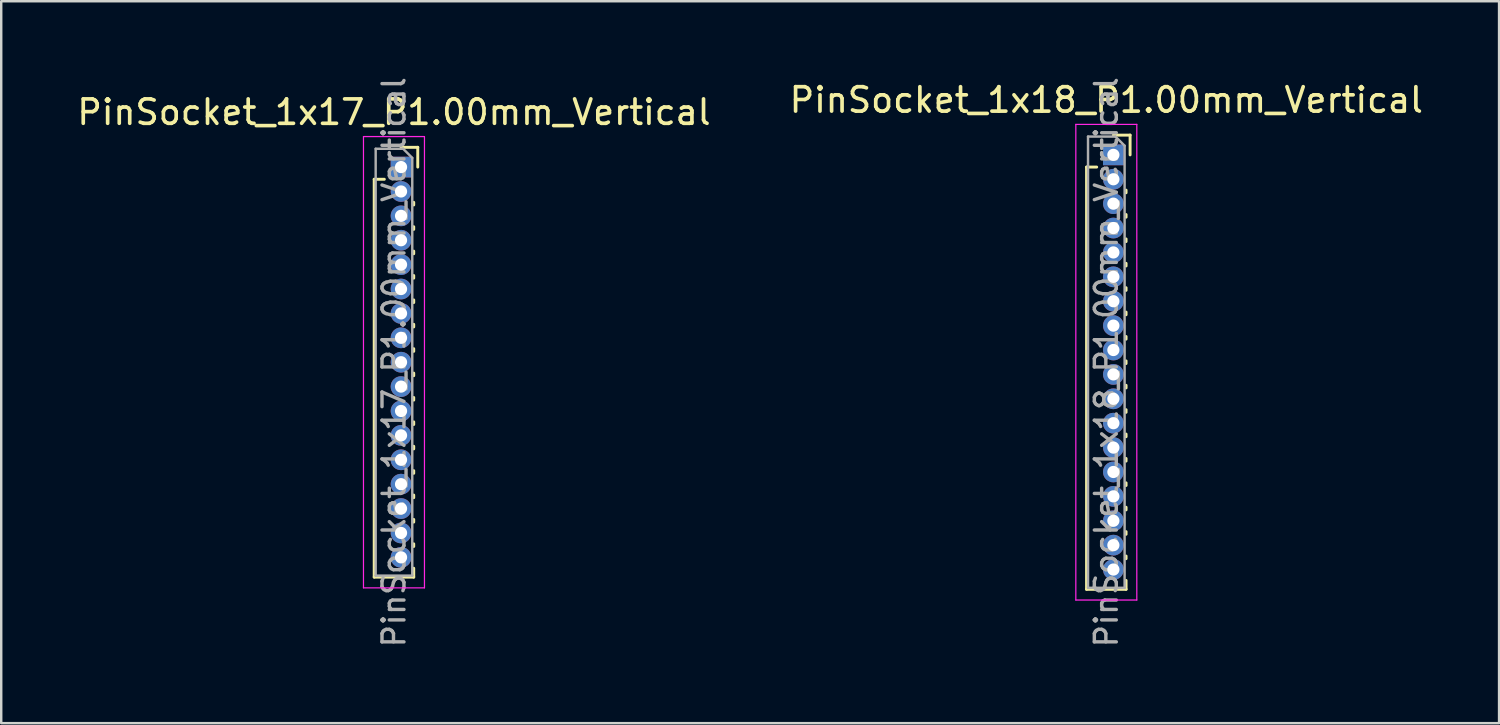
<source format=kicad_pcb>
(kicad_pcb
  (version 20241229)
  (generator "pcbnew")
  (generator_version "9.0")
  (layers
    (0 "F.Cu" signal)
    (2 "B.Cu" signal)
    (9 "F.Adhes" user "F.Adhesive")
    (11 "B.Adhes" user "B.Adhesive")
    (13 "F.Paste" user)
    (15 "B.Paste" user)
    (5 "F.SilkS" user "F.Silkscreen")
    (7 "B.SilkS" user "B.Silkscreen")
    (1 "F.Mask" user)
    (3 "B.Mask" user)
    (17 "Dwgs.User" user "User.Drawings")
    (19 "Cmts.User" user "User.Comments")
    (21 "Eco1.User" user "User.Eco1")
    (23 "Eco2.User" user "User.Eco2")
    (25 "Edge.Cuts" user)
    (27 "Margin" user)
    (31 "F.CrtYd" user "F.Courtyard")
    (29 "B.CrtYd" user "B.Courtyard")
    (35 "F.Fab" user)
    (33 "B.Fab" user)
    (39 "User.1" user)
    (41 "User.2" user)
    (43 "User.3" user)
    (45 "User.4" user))
  (footprint "PinSocket_1x17_P1.00mm_Vertical"
    (layer "F.Cu")
    (at 13.391 3.799)
    (property "Reference" "PinSocket_1x17_P1.00mm_Vertical" (at -0.29 -2.25 0) (layer "F.SilkS") (effects (font (size 1 1) (thickness 0.15))))
    (attr through_hole)
    (fp_line (start -1.1 0.5) (end -1.1 16.81) (stroke (width 0.12) (type solid)) (layer "F.SilkS"))
    (fp_line (start -1.1 0.5) (end -0.685 0.5) (stroke (width 0.12) (type solid)) (layer "F.SilkS"))
    (fp_line (start -1.1 16.81) (end 0.52 16.81) (stroke (width 0.12) (type solid)) (layer "F.SilkS"))
    (fp_line (start 0 -0.81) (end 0.685 -0.81) (stroke (width 0.12) (type solid)) (layer "F.SilkS"))
    (fp_line (start 0.52 1.446) (end 0.52 1.554) (stroke (width 0.12) (type solid)) (layer "F.SilkS"))
    (fp_line (start 0.52 2.446) (end 0.52 2.554) (stroke (width 0.12) (type solid)) (layer "F.SilkS"))
    (fp_line (start 0.52 3.446) (end 0.52 3.554) (stroke (width 0.12) (type solid)) (layer "F.SilkS"))
    (fp_line (start 0.52 4.446) (end 0.52 4.554) (stroke (width 0.12) (type solid)) (layer "F.SilkS"))
    (fp_line (start 0.52 5.446) (end 0.52 5.554) (stroke (width 0.12) (type solid)) (layer "F.SilkS"))
    (fp_line (start 0.52 6.446) (end 0.52 6.554) (stroke (width 0.12) (type solid)) (layer "F.SilkS"))
    (fp_line (start 0.52 7.446) (end 0.52 7.554) (stroke (width 0.12) (type solid)) (layer "F.SilkS"))
    (fp_line (start 0.52 8.446) (end 0.52 8.554) (stroke (width 0.12) (type solid)) (layer "F.SilkS"))
    (fp_line (start 0.52 9.446) (end 0.52 9.554) (stroke (width 0.12) (type solid)) (layer "F.SilkS"))
    (fp_line (start 0.52 10.446) (end 0.52 10.554) (stroke (width 0.12) (type solid)) (layer "F.SilkS"))
    (fp_line (start 0.52 11.446) (end 0.52 11.554) (stroke (width 0.12) (type solid)) (layer "F.SilkS"))
    (fp_line (start 0.52 12.446) (end 0.52 12.554) (stroke (width 0.12) (type solid)) (layer "F.SilkS"))
    (fp_line (start 0.52 13.446) (end 0.52 13.554) (stroke (width 0.12) (type solid)) (layer "F.SilkS"))
    (fp_line (start 0.52 14.446) (end 0.52 14.554) (stroke (width 0.12) (type solid)) (layer "F.SilkS"))
    (fp_line (start 0.52 15.446) (end 0.52 15.554) (stroke (width 0.12) (type solid)) (layer "F.SilkS"))
    (fp_line (start 0.52 16.446) (end 0.52 16.81) (stroke (width 0.12) (type solid)) (layer "F.SilkS"))
    (fp_line (start 0.685 -0.81) (end 0.685 0) (stroke (width 0.12) (type solid)) (layer "F.SilkS"))
    (fp_line (start -1.54 -1.25) (end 0.96 -1.25) (stroke (width 0.05) (type solid)) (layer "F.CrtYd"))
    (fp_line (start -1.54 17.25) (end -1.54 -1.25) (stroke (width 0.05) (type solid)) (layer "F.CrtYd"))
    (fp_line (start 0.96 -1.25) (end 0.96 17.25) (stroke (width 0.05) (type solid)) (layer "F.CrtYd"))
    (fp_line (start 0.96 17.25) (end -1.54 17.25) (stroke (width 0.05) (type solid)) (layer "F.CrtYd"))
    (fp_line (start -1.04 -0.75) (end 0.085 -0.75) (stroke (width 0.1) (type solid)) (layer "F.Fab"))
    (fp_line (start -1.04 16.75) (end -1.04 -0.75) (stroke (width 0.1) (type solid)) (layer "F.Fab"))
    (fp_line (start 0.085 -0.75) (end 0.46 -0.375) (stroke (width 0.1) (type solid)) (layer "F.Fab"))
    (fp_line (start 0.46 -0.375) (end 0.46 16.75) (stroke (width 0.1) (type solid)) (layer "F.Fab"))
    (fp_line (start 0.46 16.75) (end -1.04 16.75) (stroke (width 0.1) (type solid)) (layer "F.Fab"))
    (fp_text user "${REFERENCE}" (at -0.29 8 90) (layer "F.Fab") (effects (font (size 0.9 0.9) (thickness 0.14))))
    (pad "1" thru_hole rect (at 0 0) (size 0.85 0.85) (drill 0.5) (layers "*.Cu" "*.Mask"))
    (pad "2" thru_hole oval (at 0 1) (size 0.85 0.85) (drill 0.5) (layers "*.Cu" "*.Mask"))
    (pad "3" thru_hole oval (at 0 2) (size 0.85 0.85) (drill 0.5) (layers "*.Cu" "*.Mask"))
    (pad "4" thru_hole oval (at 0 3) (size 0.85 0.85) (drill 0.5) (layers "*.Cu" "*.Mask"))
    (pad "5" thru_hole oval (at 0 4) (size 0.85 0.85) (drill 0.5) (layers "*.Cu" "*.Mask"))
    (pad "6" thru_hole oval (at 0 5) (size 0.85 0.85) (drill 0.5) (layers "*.Cu" "*.Mask"))
    (pad "7" thru_hole oval (at 0 6) (size 0.85 0.85) (drill 0.5) (layers "*.Cu" "*.Mask"))
    (pad "8" thru_hole oval (at 0 7) (size 0.85 0.85) (drill 0.5) (layers "*.Cu" "*.Mask"))
    (pad "9" thru_hole oval (at 0 8) (size 0.85 0.85) (drill 0.5) (layers "*.Cu" "*.Mask"))
    (pad "10" thru_hole oval (at 0 9) (size 0.85 0.85) (drill 0.5) (layers "*.Cu" "*.Mask"))
    (pad "11" thru_hole oval (at 0 10) (size 0.85 0.85) (drill 0.5) (layers "*.Cu" "*.Mask"))
    (pad "12" thru_hole oval (at 0 11) (size 0.85 0.85) (drill 0.5) (layers "*.Cu" "*.Mask"))
    (pad "13" thru_hole oval (at 0 12) (size 0.85 0.85) (drill 0.5) (layers "*.Cu" "*.Mask"))
    (pad "14" thru_hole oval (at 0 13) (size 0.85 0.85) (drill 0.5) (layers "*.Cu" "*.Mask"))
    (pad "15" thru_hole oval (at 0 14) (size 0.85 0.85) (drill 0.5) (layers "*.Cu" "*.Mask"))
    (pad "16" thru_hole oval (at 0 15) (size 0.85 0.85) (drill 0.5) (layers "*.Cu" "*.Mask"))
    (pad "17" thru_hole oval (at 0 16) (size 0.85 0.85) (drill 0.5) (layers "*.Cu" "*.Mask")))
  (footprint "PinSocket_1x18_P1.00mm_Vertical"
    (layer "F.Cu")
    (at 42.594 3.299)
    (property "Reference" "PinSocket_1x18_P1.00mm_Vertical" (at -0.29 -2.25 0) (layer "F.SilkS") (effects (font (size 1 1) (thickness 0.15))))
    (attr through_hole)
    (fp_line (start -1.1 0.5) (end -1.1 17.81) (stroke (width 0.12) (type solid)) (layer "F.SilkS"))
    (fp_line (start -1.1 0.5) (end -0.685 0.5) (stroke (width 0.12) (type solid)) (layer "F.SilkS"))
    (fp_line (start -1.1 17.81) (end 0.52 17.81) (stroke (width 0.12) (type solid)) (layer "F.SilkS"))
    (fp_line (start 0 -0.81) (end 0.685 -0.81) (stroke (width 0.12) (type solid)) (layer "F.SilkS"))
    (fp_line (start 0.52 1.446) (end 0.52 1.554) (stroke (width 0.12) (type solid)) (layer "F.SilkS"))
    (fp_line (start 0.52 2.446) (end 0.52 2.554) (stroke (width 0.12) (type solid)) (layer "F.SilkS"))
    (fp_line (start 0.52 3.446) (end 0.52 3.554) (stroke (width 0.12) (type solid)) (layer "F.SilkS"))
    (fp_line (start 0.52 4.446) (end 0.52 4.554) (stroke (width 0.12) (type solid)) (layer "F.SilkS"))
    (fp_line (start 0.52 5.446) (end 0.52 5.554) (stroke (width 0.12) (type solid)) (layer "F.SilkS"))
    (fp_line (start 0.52 6.446) (end 0.52 6.554) (stroke (width 0.12) (type solid)) (layer "F.SilkS"))
    (fp_line (start 0.52 7.446) (end 0.52 7.554) (stroke (width 0.12) (type solid)) (layer "F.SilkS"))
    (fp_line (start 0.52 8.446) (end 0.52 8.554) (stroke (width 0.12) (type solid)) (layer "F.SilkS"))
    (fp_line (start 0.52 9.446) (end 0.52 9.554) (stroke (width 0.12) (type solid)) (layer "F.SilkS"))
    (fp_line (start 0.52 10.446) (end 0.52 10.554) (stroke (width 0.12) (type solid)) (layer "F.SilkS"))
    (fp_line (start 0.52 11.446) (end 0.52 11.554) (stroke (width 0.12) (type solid)) (layer "F.SilkS"))
    (fp_line (start 0.52 12.446) (end 0.52 12.554) (stroke (width 0.12) (type solid)) (layer "F.SilkS"))
    (fp_line (start 0.52 13.446) (end 0.52 13.554) (stroke (width 0.12) (type solid)) (layer "F.SilkS"))
    (fp_line (start 0.52 14.446) (end 0.52 14.554) (stroke (width 0.12) (type solid)) (layer "F.SilkS"))
    (fp_line (start 0.52 15.446) (end 0.52 15.554) (stroke (width 0.12) (type solid)) (layer "F.SilkS"))
    (fp_line (start 0.52 16.446) (end 0.52 16.554) (stroke (width 0.12) (type solid)) (layer "F.SilkS"))
    (fp_line (start 0.52 17.446) (end 0.52 17.81) (stroke (width 0.12) (type solid)) (layer "F.SilkS"))
    (fp_line (start 0.685 -0.81) (end 0.685 0) (stroke (width 0.12) (type solid)) (layer "F.SilkS"))
    (fp_line (start -1.54 -1.25) (end 0.96 -1.25) (stroke (width 0.05) (type solid)) (layer "F.CrtYd"))
    (fp_line (start -1.54 18.25) (end -1.54 -1.25) (stroke (width 0.05) (type solid)) (layer "F.CrtYd"))
    (fp_line (start 0.96 -1.25) (end 0.96 18.25) (stroke (width 0.05) (type solid)) (layer "F.CrtYd"))
    (fp_line (start 0.96 18.25) (end -1.54 18.25) (stroke (width 0.05) (type solid)) (layer "F.CrtYd"))
    (fp_line (start -1.04 -0.75) (end 0.085 -0.75) (stroke (width 0.1) (type solid)) (layer "F.Fab"))
    (fp_line (start -1.04 17.75) (end -1.04 -0.75) (stroke (width 0.1) (type solid)) (layer "F.Fab"))
    (fp_line (start 0.085 -0.75) (end 0.46 -0.375) (stroke (width 0.1) (type solid)) (layer "F.Fab"))
    (fp_line (start 0.46 -0.375) (end 0.46 17.75) (stroke (width 0.1) (type solid)) (layer "F.Fab"))
    (fp_line (start 0.46 17.75) (end -1.04 17.75) (stroke (width 0.1) (type solid)) (layer "F.Fab"))
    (fp_text user "${REFERENCE}" (at -0.29 8.5 90) (layer "F.Fab") (effects (font (size 0.9 0.9) (thickness 0.14))))
    (pad "1" thru_hole rect (at 0 0) (size 0.85 0.85) (drill 0.5) (layers "*.Cu" "*.Mask"))
    (pad "2" thru_hole oval (at 0 1) (size 0.85 0.85) (drill 0.5) (layers "*.Cu" "*.Mask"))
    (pad "3" thru_hole oval (at 0 2) (size 0.85 0.85) (drill 0.5) (layers "*.Cu" "*.Mask"))
    (pad "4" thru_hole oval (at 0 3) (size 0.85 0.85) (drill 0.5) (layers "*.Cu" "*.Mask"))
    (pad "5" thru_hole oval (at 0 4) (size 0.85 0.85) (drill 0.5) (layers "*.Cu" "*.Mask"))
    (pad "6" thru_hole oval (at 0 5) (size 0.85 0.85) (drill 0.5) (layers "*.Cu" "*.Mask"))
    (pad "7" thru_hole oval (at 0 6) (size 0.85 0.85) (drill 0.5) (layers "*.Cu" "*.Mask"))
    (pad "8" thru_hole oval (at 0 7) (size 0.85 0.85) (drill 0.5) (layers "*.Cu" "*.Mask"))
    (pad "9" thru_hole oval (at 0 8) (size 0.85 0.85) (drill 0.5) (layers "*.Cu" "*.Mask"))
    (pad "10" thru_hole oval (at 0 9) (size 0.85 0.85) (drill 0.5) (layers "*.Cu" "*.Mask"))
    (pad "11" thru_hole oval (at 0 10) (size 0.85 0.85) (drill 0.5) (layers "*.Cu" "*.Mask"))
    (pad "12" thru_hole oval (at 0 11) (size 0.85 0.85) (drill 0.5) (layers "*.Cu" "*.Mask"))
    (pad "13" thru_hole oval (at 0 12) (size 0.85 0.85) (drill 0.5) (layers "*.Cu" "*.Mask"))
    (pad "14" thru_hole oval (at 0 13) (size 0.85 0.85) (drill 0.5) (layers "*.Cu" "*.Mask"))
    (pad "15" thru_hole oval (at 0 14) (size 0.85 0.85) (drill 0.5) (layers "*.Cu" "*.Mask"))
    (pad "16" thru_hole oval (at 0 15) (size 0.85 0.85) (drill 0.5) (layers "*.Cu" "*.Mask"))
    (pad "17" thru_hole oval (at 0 16) (size 0.85 0.85) (drill 0.5) (layers "*.Cu" "*.Mask"))
    (pad "18" thru_hole oval (at 0 17) (size 0.85 0.85) (drill 0.5) (layers "*.Cu" "*.Mask")))
  (gr_rect
    (start -3 -3)
    (end 58.405 26.597)
    (stroke (width 0.1) (type default))
    (fill no)
    (layer "Edge.Cuts")))
</source>
